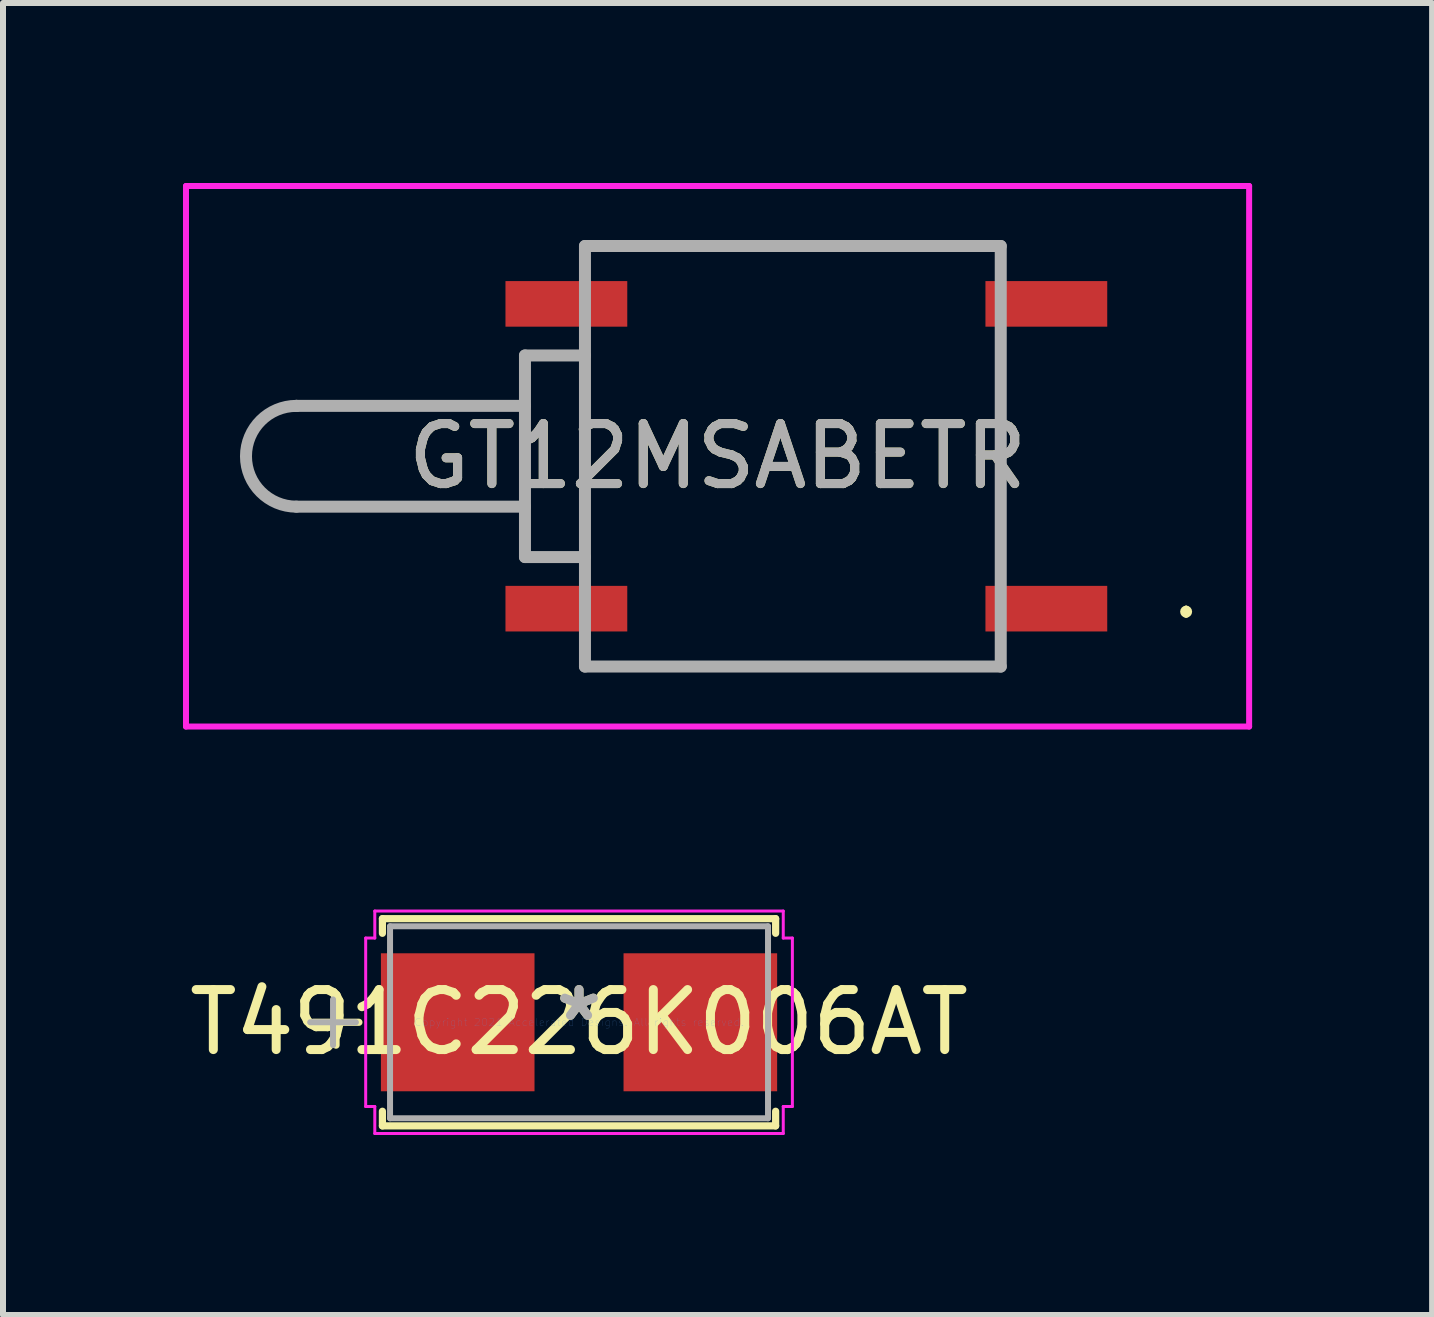
<source format=kicad_pcb>
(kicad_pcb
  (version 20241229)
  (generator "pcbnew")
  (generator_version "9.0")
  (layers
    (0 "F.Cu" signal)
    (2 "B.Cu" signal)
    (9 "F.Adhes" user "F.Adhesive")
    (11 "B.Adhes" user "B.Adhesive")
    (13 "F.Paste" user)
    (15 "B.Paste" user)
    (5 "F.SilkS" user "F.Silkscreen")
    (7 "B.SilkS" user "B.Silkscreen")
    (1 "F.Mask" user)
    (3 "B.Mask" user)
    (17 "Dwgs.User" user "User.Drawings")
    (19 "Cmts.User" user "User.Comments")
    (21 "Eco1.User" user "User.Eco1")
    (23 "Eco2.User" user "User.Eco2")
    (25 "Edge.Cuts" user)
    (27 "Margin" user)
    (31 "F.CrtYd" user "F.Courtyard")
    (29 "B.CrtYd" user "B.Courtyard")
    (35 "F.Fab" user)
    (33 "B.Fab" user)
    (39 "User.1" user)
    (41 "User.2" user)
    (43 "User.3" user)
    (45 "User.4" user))
  (footprint "T491C226K006AT"
    (layer "F.Cu")
    (at 6.601 13.989)
    (property "Reference" "T491C226K006AT" (at 0 0 0) (layer "F.SilkS") (effects (font (size 1 1) (thickness 0.15))))
    (attr through_hole)
    (fp_line (start -4.05 -0.381) (end -4.05 0.381) (stroke (width 0.12) (type solid)) (layer "F.SilkS"))
    (fp_line (start -3.669 0) (end -4.431 0) (stroke (width 0.12) (type solid)) (layer "F.SilkS"))
    (fp_line (start -3.277 -1.727) (end -3.277 -1.483) (stroke (width 0.12) (type solid)) (layer "F.SilkS"))
    (fp_line (start -3.277 1.483) (end -3.277 1.727) (stroke (width 0.12) (type solid)) (layer "F.SilkS"))
    (fp_line (start -3.277 1.727) (end 3.277 1.727) (stroke (width 0.12) (type solid)) (layer "F.SilkS"))
    (fp_line (start 3.277 -1.727) (end -3.277 -1.727) (stroke (width 0.12) (type solid)) (layer "F.SilkS"))
    (fp_line (start 3.277 -1.483) (end 3.277 -1.727) (stroke (width 0.12) (type solid)) (layer "F.SilkS"))
    (fp_line (start 3.277 1.727) (end 3.277 1.483) (stroke (width 0.12) (type solid)) (layer "F.SilkS"))
    (fp_line (start -3.556 -1.404) (end -3.404 -1.404) (stroke (width 0.05) (type solid)) (layer "F.CrtYd"))
    (fp_line (start -3.556 1.404) (end -3.556 -1.404) (stroke (width 0.05) (type solid)) (layer "F.CrtYd"))
    (fp_line (start -3.404 -1.854) (end 3.404 -1.854) (stroke (width 0.05) (type solid)) (layer "F.CrtYd"))
    (fp_line (start -3.404 -1.404) (end -3.404 -1.854) (stroke (width 0.05) (type solid)) (layer "F.CrtYd"))
    (fp_line (start -3.404 1.404) (end -3.556 1.404) (stroke (width 0.05) (type solid)) (layer "F.CrtYd"))
    (fp_line (start -3.404 1.854) (end -3.404 1.404) (stroke (width 0.05) (type solid)) (layer "F.CrtYd"))
    (fp_line (start 3.404 -1.854) (end 3.404 -1.404) (stroke (width 0.05) (type solid)) (layer "F.CrtYd"))
    (fp_line (start 3.404 -1.404) (end 3.556 -1.404) (stroke (width 0.05) (type solid)) (layer "F.CrtYd"))
    (fp_line (start 3.404 1.404) (end 3.404 1.854) (stroke (width 0.05) (type solid)) (layer "F.CrtYd"))
    (fp_line (start 3.404 1.854) (end -3.404 1.854) (stroke (width 0.05) (type solid)) (layer "F.CrtYd"))
    (fp_line (start 3.556 -1.404) (end 3.556 1.404) (stroke (width 0.05) (type solid)) (layer "F.CrtYd"))
    (fp_line (start 3.556 1.404) (end 3.404 1.404) (stroke (width 0.05) (type solid)) (layer "F.CrtYd"))
    (fp_line (start -4.1 -0.381) (end -4.1 0.381) (stroke (width 0.1) (type solid)) (layer "F.Fab"))
    (fp_line (start -3.719 0) (end -4.481 0) (stroke (width 0.1) (type solid)) (layer "F.Fab"))
    (fp_line (start -3.15 -1.6) (end -3.15 1.6) (stroke (width 0.1) (type solid)) (layer "F.Fab"))
    (fp_line (start -3.15 1.6) (end 3.15 1.6) (stroke (width 0.1) (type solid)) (layer "F.Fab"))
    (fp_line (start 3.15 -1.6) (end -3.15 -1.6) (stroke (width 0.1) (type solid)) (layer "F.Fab"))
    (fp_line (start 3.15 1.6) (end 3.15 -1.6) (stroke (width 0.1) (type solid)) (layer "F.Fab"))
    (fp_text user "*" (at 0 0 0) (layer "F.SilkS") (effects (font (size 1 1) (thickness 0.15))))
    (fp_text user "Copyright 2021 Accelerated Designs. All rights reserved." (at 0 0 0) (layer "Cmts.User") (effects (font (size 0.127 0.127) (thickness 0.002))))
    (fp_text user "*" (at 0 0 0) (layer "F.Fab") (effects (font (size 1 1) (thickness 0.15))))
    (pad "1" smd rect (at -2.022 0 90) (size 2.3 2.56) (layers "F.Cu" "F.Mask" "F.Paste"))
    (pad "2" smd rect (at 2.022 0 90) (size 2.3 2.56) (layers "F.Cu" "F.Mask" "F.Paste")))
  (footprint "GT12MSABETR"
    (layer "F.Cu")
    (at 14.39 4.555)
    (property "Reference" "GT12MSABETR" (at -5.48 0 0) (layer "F.SilkS") (effects (font (size 1 1) (thickness 0.15))))
    (attr smd)
    (fp_line (start -12.5 -0.84) (end -12.5 -0.84) (stroke (width 0.1) (type solid)) (layer "F.SilkS"))
    (fp_line (start -12.5 0.84) (end -8.69 0.84) (stroke (width 0.1) (type solid)) (layer "F.SilkS"))
    (fp_line (start -8.69 -1.68) (end -7.69 -1.68) (stroke (width 0.1) (type solid)) (layer "F.SilkS"))
    (fp_line (start -8.69 -0.84) (end -12.5 -0.84) (stroke (width 0.1) (type solid)) (layer "F.SilkS"))
    (fp_line (start -8.69 0.84) (end -8.69 -1.68) (stroke (width 0.1) (type solid)) (layer "F.SilkS"))
    (fp_line (start -8.69 1.68) (end -8.69 0.84) (stroke (width 0.1) (type solid)) (layer "F.SilkS"))
    (fp_line (start -7.69 -3.505) (end -0.76 -3.505) (stroke (width 0.1) (type solid)) (layer "F.SilkS"))
    (fp_line (start -7.69 -1.68) (end -7.69 1.68) (stroke (width 0.1) (type solid)) (layer "F.SilkS"))
    (fp_line (start -7.69 1.68) (end -8.69 1.68) (stroke (width 0.1) (type solid)) (layer "F.SilkS"))
    (fp_line (start -7.69 3.505) (end -0.76 3.505) (stroke (width 0.1) (type solid)) (layer "F.SilkS"))
    (fp_line (start 2.33 2.54) (end 2.33 2.54) (stroke (width 0.1) (type solid)) (layer "F.SilkS"))
    (fp_line (start 2.33 2.64) (end 2.33 2.64) (stroke (width 0.1) (type solid)) (layer "F.SilkS"))
    (fp_arc (start -12.5 0.84) (mid -13.34 0) (end -12.5 -0.84) (stroke (width 0.1) (type solid)) (layer "F.SilkS"))
    (fp_arc (start 2.33 2.54) (mid 2.38 2.59) (end 2.33 2.64) (stroke (width 0.1) (type solid)) (layer "F.SilkS"))
    (fp_arc (start 2.33 2.64) (mid 2.28 2.59) (end 2.33 2.54) (stroke (width 0.1) (type solid)) (layer "F.SilkS"))
    (fp_line (start -14.34 -4.505) (end 3.38 -4.505) (stroke (width 0.1) (type solid)) (layer "F.CrtYd"))
    (fp_line (start -14.34 4.505) (end -14.34 -4.505) (stroke (width 0.1) (type solid)) (layer "F.CrtYd"))
    (fp_line (start 3.38 -4.505) (end 3.38 4.505) (stroke (width 0.1) (type solid)) (layer "F.CrtYd"))
    (fp_line (start 3.38 4.505) (end -14.34 4.505) (stroke (width 0.1) (type solid)) (layer "F.CrtYd"))
    (fp_line (start -12.5 -0.84) (end -12.5 -0.84) (stroke (width 0.2) (type solid)) (layer "F.Fab"))
    (fp_line (start -12.5 0.84) (end -8.69 0.84) (stroke (width 0.2) (type solid)) (layer "F.Fab"))
    (fp_line (start -8.69 -1.68) (end -8.69 1.68) (stroke (width 0.2) (type solid)) (layer "F.Fab"))
    (fp_line (start -8.69 -0.84) (end -12.5 -0.84) (stroke (width 0.2) (type solid)) (layer "F.Fab"))
    (fp_line (start -8.69 1.68) (end -7.69 1.68) (stroke (width 0.2) (type solid)) (layer "F.Fab"))
    (fp_line (start -7.69 -3.505) (end -0.76 -3.505) (stroke (width 0.2) (type solid)) (layer "F.Fab"))
    (fp_line (start -7.69 -1.68) (end -8.69 -1.68) (stroke (width 0.2) (type solid)) (layer "F.Fab"))
    (fp_line (start -7.69 3.505) (end -7.69 -3.505) (stroke (width 0.2) (type solid)) (layer "F.Fab"))
    (fp_line (start -0.76 -3.505) (end -0.76 3.505) (stroke (width 0.2) (type solid)) (layer "F.Fab"))
    (fp_line (start -0.76 3.505) (end -7.69 3.505) (stroke (width 0.2) (type solid)) (layer "F.Fab"))
    (fp_arc (start -12.5 0.84) (mid -13.34 0) (end -12.5 -0.84) (stroke (width 0.2) (type solid)) (layer "F.Fab"))
    (fp_text user "${REFERENCE}" (at -5.48 0 0) (layer "F.Fab") (effects (font (size 1 1) (thickness 0.15))))
    (pad "1" smd rect (at 0 2.54 90) (size 0.76 2.03) (layers "F.Cu" "F.Mask" "F.Paste"))
    (pad "3" smd rect (at 0 -2.54 90) (size 0.76 2.03) (layers "F.Cu" "F.Mask" "F.Paste"))
    (pad "MP1" smd rect (at -8 2.54 90) (size 0.76 2.03) (layers "F.Cu" "F.Mask" "F.Paste"))
    (pad "MP2" smd rect (at -8 -2.54 90) (size 0.76 2.03) (layers "F.Cu" "F.Mask" "F.Paste")))
  (gr_rect
    (start -3 -3)
    (end 20.82 18.868)
    (stroke (width 0.1) (type default))
    (fill no)
    (layer "Edge.Cuts")))
</source>
